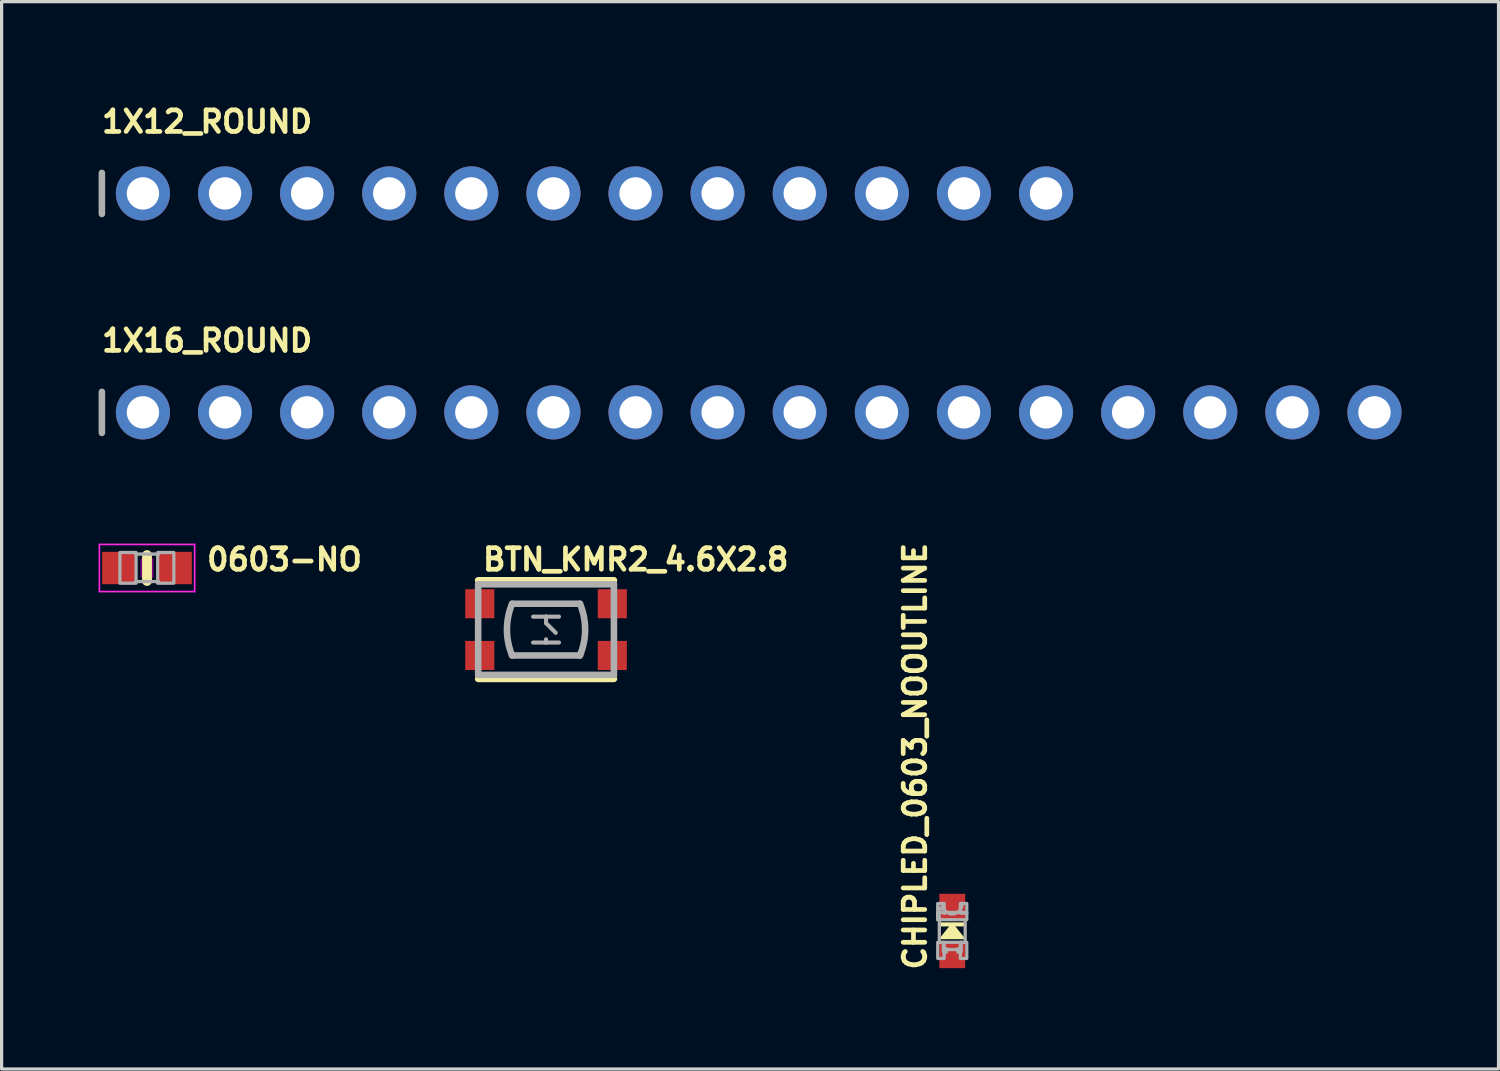
<source format=kicad_pcb>
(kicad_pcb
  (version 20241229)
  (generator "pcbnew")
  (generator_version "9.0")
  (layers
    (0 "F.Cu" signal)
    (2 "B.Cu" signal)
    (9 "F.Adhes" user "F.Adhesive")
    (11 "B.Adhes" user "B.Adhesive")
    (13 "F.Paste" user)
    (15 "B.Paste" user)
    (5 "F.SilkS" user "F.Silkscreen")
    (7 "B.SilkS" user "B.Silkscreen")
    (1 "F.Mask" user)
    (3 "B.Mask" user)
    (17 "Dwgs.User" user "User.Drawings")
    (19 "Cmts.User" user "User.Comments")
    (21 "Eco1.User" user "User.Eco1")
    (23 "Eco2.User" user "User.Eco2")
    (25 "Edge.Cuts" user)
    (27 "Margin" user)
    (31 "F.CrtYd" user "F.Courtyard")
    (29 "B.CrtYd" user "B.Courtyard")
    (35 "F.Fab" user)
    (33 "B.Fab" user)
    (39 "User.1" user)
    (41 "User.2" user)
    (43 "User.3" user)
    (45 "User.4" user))
  (footprint "1X16_ROUND"
    (layer "F.Cu")
    (at 20.422 9.707)
    (property "Reference" "1X16_ROUND" (at -20.396 -1.829 0) (layer "F.SilkS") (effects (font (size 0.666 0.666) (thickness 0.146)) (justify left bottom)))
    (fp_line (start -20.32 -0.635) (end -20.32 0.635) (stroke (width 0.203) (type solid)) (layer "F.Fab"))
    (fp_poly (pts (xy -19.304 0.254) (xy -18.796 0.254) (xy -18.796 -0.254) (xy -19.304 -0.254)) (stroke (width 0.1) (type solid)) (fill no) (layer "F.Fab"))
    (fp_poly (pts (xy -16.764 0.254) (xy -16.256 0.254) (xy -16.256 -0.254) (xy -16.764 -0.254)) (stroke (width 0.1) (type solid)) (fill no) (layer "F.Fab"))
    (fp_poly (pts (xy -14.224 0.254) (xy -13.716 0.254) (xy -13.716 -0.254) (xy -14.224 -0.254)) (stroke (width 0.1) (type solid)) (fill no) (layer "F.Fab"))
    (fp_poly (pts (xy -11.684 0.254) (xy -11.176 0.254) (xy -11.176 -0.254) (xy -11.684 -0.254)) (stroke (width 0.1) (type solid)) (fill no) (layer "F.Fab"))
    (fp_poly (pts (xy -9.144 0.254) (xy -8.636 0.254) (xy -8.636 -0.254) (xy -9.144 -0.254)) (stroke (width 0.1) (type solid)) (fill no) (layer "F.Fab"))
    (fp_poly (pts (xy -6.604 0.254) (xy -6.096 0.254) (xy -6.096 -0.254) (xy -6.604 -0.254)) (stroke (width 0.1) (type solid)) (fill no) (layer "F.Fab"))
    (fp_poly (pts (xy -4.064 0.254) (xy -3.556 0.254) (xy -3.556 -0.254) (xy -4.064 -0.254)) (stroke (width 0.1) (type solid)) (fill no) (layer "F.Fab"))
    (fp_poly (pts (xy -1.524 0.254) (xy -1.016 0.254) (xy -1.016 -0.254) (xy -1.524 -0.254)) (stroke (width 0.1) (type solid)) (fill no) (layer "F.Fab"))
    (fp_poly (pts (xy 1.016 0.254) (xy 1.524 0.254) (xy 1.524 -0.254) (xy 1.016 -0.254)) (stroke (width 0.1) (type solid)) (fill no) (layer "F.Fab"))
    (fp_poly (pts (xy 3.556 0.254) (xy 4.064 0.254) (xy 4.064 -0.254) (xy 3.556 -0.254)) (stroke (width 0.1) (type solid)) (fill no) (layer "F.Fab"))
    (fp_poly (pts (xy 6.096 0.254) (xy 6.604 0.254) (xy 6.604 -0.254) (xy 6.096 -0.254)) (stroke (width 0.1) (type solid)) (fill no) (layer "F.Fab"))
    (fp_poly (pts (xy 8.636 0.254) (xy 9.144 0.254) (xy 9.144 -0.254) (xy 8.636 -0.254)) (stroke (width 0.1) (type solid)) (fill no) (layer "F.Fab"))
    (fp_poly (pts (xy 11.176 0.254) (xy 11.684 0.254) (xy 11.684 -0.254) (xy 11.176 -0.254)) (stroke (width 0.1) (type solid)) (fill no) (layer "F.Fab"))
    (fp_poly (pts (xy 13.716 0.254) (xy 14.224 0.254) (xy 14.224 -0.254) (xy 13.716 -0.254)) (stroke (width 0.1) (type solid)) (fill no) (layer "F.Fab"))
    (fp_poly (pts (xy 16.256 0.254) (xy 16.764 0.254) (xy 16.764 -0.254) (xy 16.256 -0.254)) (stroke (width 0.1) (type solid)) (fill no) (layer "F.Fab"))
    (fp_poly (pts (xy 18.796 0.254) (xy 19.304 0.254) (xy 19.304 -0.254) (xy 18.796 -0.254)) (stroke (width 0.1) (type solid)) (fill no) (layer "F.Fab"))
    (pad "1" thru_hole circle (at -19.05 0 90) (size 1.676 1.676) (drill 1) (layers "*.Cu" "*.Mask"))
    (pad "2" thru_hole circle (at -16.51 0 90) (size 1.676 1.676) (drill 1) (layers "*.Cu" "*.Mask"))
    (pad "3" thru_hole circle (at -13.97 0 90) (size 1.676 1.676) (drill 1) (layers "*.Cu" "*.Mask"))
    (pad "4" thru_hole circle (at -11.43 0 90) (size 1.676 1.676) (drill 1) (layers "*.Cu" "*.Mask"))
    (pad "5" thru_hole circle (at -8.89 0 90) (size 1.676 1.676) (drill 1) (layers "*.Cu" "*.Mask"))
    (pad "6" thru_hole circle (at -6.35 0 90) (size 1.676 1.676) (drill 1) (layers "*.Cu" "*.Mask"))
    (pad "7" thru_hole circle (at -3.81 0 90) (size 1.676 1.676) (drill 1) (layers "*.Cu" "*.Mask"))
    (pad "8" thru_hole circle (at -1.27 0 90) (size 1.676 1.676) (drill 1) (layers "*.Cu" "*.Mask"))
    (pad "9" thru_hole circle (at 1.27 0 90) (size 1.676 1.676) (drill 1) (layers "*.Cu" "*.Mask"))
    (pad "10" thru_hole circle (at 3.81 0 90) (size 1.676 1.676) (drill 1) (layers "*.Cu" "*.Mask"))
    (pad "11" thru_hole circle (at 6.35 0 90) (size 1.676 1.676) (drill 1) (layers "*.Cu" "*.Mask"))
    (pad "12" thru_hole circle (at 8.89 0 90) (size 1.676 1.676) (drill 1) (layers "*.Cu" "*.Mask"))
    (pad "13" thru_hole circle (at 11.43 0 90) (size 1.676 1.676) (drill 1) (layers "*.Cu" "*.Mask"))
    (pad "14" thru_hole circle (at 13.97 0 90) (size 1.676 1.676) (drill 1) (layers "*.Cu" "*.Mask"))
    (pad "15" thru_hole circle (at 16.51 0 90) (size 1.676 1.676) (drill 1) (layers "*.Cu" "*.Mask"))
    (pad "16" thru_hole circle (at 19.05 0 90) (size 1.676 1.676) (drill 1) (layers "*.Cu" "*.Mask")))
  (footprint "0603-NO"
    (layer "F.Cu")
    (at 1.498 14.523)
    (property "Reference" "0603-NO" (at 1.778 0.127 0) (layer "F.SilkS") (effects (font (size 0.666 0.666) (thickness 0.146)) (justify left bottom)))
    (fp_line (start 0 -0.4) (end 0 0.4) (stroke (width 0.305) (type solid)) (layer "F.SilkS"))
    (fp_poly (pts (xy -0.2 0.3) (xy 0.2 0.3) (xy 0.2 -0.3) (xy -0.2 -0.3)) (stroke (width 0) (type solid)) (fill yes) (layer "F.Adhes"))
    (fp_line (start -1.473 -0.729) (end 1.473 -0.729) (stroke (width 0.051) (type solid)) (layer "F.CrtYd"))
    (fp_line (start -1.473 0.729) (end -1.473 -0.729) (stroke (width 0.051) (type solid)) (layer "F.CrtYd"))
    (fp_line (start 1.473 -0.729) (end 1.473 0.729) (stroke (width 0.051) (type solid)) (layer "F.CrtYd"))
    (fp_line (start 1.473 0.729) (end -1.473 0.729) (stroke (width 0.051) (type solid)) (layer "F.CrtYd"))
    (fp_line (start -0.356 -0.432) (end 0.356 -0.432) (stroke (width 0.102) (type solid)) (layer "F.Fab"))
    (fp_line (start -0.356 0.419) (end 0.356 0.419) (stroke (width 0.102) (type solid)) (layer "F.Fab"))
    (fp_poly (pts (xy -0.838 0.47) (xy -0.338 0.47) (xy -0.338 -0.48) (xy -0.838 -0.48)) (stroke (width 0.1) (type solid)) (fill no) (layer "F.Fab"))
    (fp_poly (pts (xy 0.33 0.47) (xy 0.83 0.47) (xy 0.83 -0.48) (xy 0.33 -0.48)) (stroke (width 0.1) (type solid)) (fill no) (layer "F.Fab"))
    (pad "1" smd rect (at -0.85 0) (size 1.075 1) (layers "F.Cu" "F.Mask" "F.Paste"))
    (pad "2" smd rect (at 0.85 0) (size 1.075 1) (layers "F.Cu" "F.Mask" "F.Paste")))
  (footprint "BTN_KMR2_4.6X2.8"
    (layer "F.Cu")
    (at 13.843 16.428)
    (property "Reference" "BTN_KMR2_4.6X2.8" (at -2.032 -1.778 0) (layer "F.SilkS") (effects (font (size 0.666 0.666) (thickness 0.146)) (justify left bottom)))
    (fp_line (start -2.1 -1.525) (end 2.1 -1.525) (stroke (width 0.203) (type solid)) (layer "F.SilkS"))
    (fp_line (start 2.1 1.525) (end -2.1 1.525) (stroke (width 0.203) (type solid)) (layer "F.SilkS"))
    (fp_line (start -2.1 -1.4) (end 2.1 -1.4) (stroke (width 0.203) (type solid)) (layer "F.Fab"))
    (fp_line (start -2.1 1.4) (end -2.1 -1.4) (stroke (width 0.203) (type solid)) (layer "F.Fab"))
    (fp_line (start -1.05 -0.8) (end 1.05 -0.8) (stroke (width 0.203) (type solid)) (layer "F.Fab"))
    (fp_line (start -0.4 -0.4) (end 0 -0.4) (stroke (width 0.127) (type solid)) (layer "F.Fab"))
    (fp_line (start -0.4 0.4) (end 0 0.4) (stroke (width 0.127) (type solid)) (layer "F.Fab"))
    (fp_line (start 0 -0.4) (end 0 -0.2) (stroke (width 0.127) (type solid)) (layer "F.Fab"))
    (fp_line (start 0 -0.4) (end 0.4 -0.4) (stroke (width 0.127) (type solid)) (layer "F.Fab"))
    (fp_line (start 0 -0.2) (end 0.3 0.1) (stroke (width 0.127) (type solid)) (layer "F.Fab"))
    (fp_line (start 0 0.4) (end 0 0.3) (stroke (width 0.127) (type solid)) (layer "F.Fab"))
    (fp_line (start 0 0.4) (end 0.4 0.4) (stroke (width 0.127) (type solid)) (layer "F.Fab"))
    (fp_line (start 1.05 0.8) (end -1.05 0.8) (stroke (width 0.203) (type solid)) (layer "F.Fab"))
    (fp_line (start 2.1 -1.4) (end 2.1 1.4) (stroke (width 0.203) (type solid)) (layer "F.Fab"))
    (fp_line (start 2.1 1.4) (end -2.1 1.4) (stroke (width 0.203) (type solid)) (layer "F.Fab"))
    (fp_arc (start -1.05 0.8) (mid -1.209128 0) (end -1.05 -0.799999) (stroke (width 0.2032) (type solid)) (layer "F.Fab"))
    (fp_arc (start 1.05 -0.8) (mid 1.209128 0) (end 1.05 0.799999) (stroke (width 0.2032) (type solid)) (layer "F.Fab"))
    (pad "A" smd rect (at 2.05 -0.8) (size 0.9 0.9) (layers "F.Cu" "F.Mask" "F.Paste"))
    (pad "A'" smd rect (at -2.05 -0.8) (size 0.9 0.9) (layers "F.Cu" "F.Mask" "F.Paste"))
    (pad "B" smd rect (at 2.05 0.8) (size 0.9 0.9) (layers "F.Cu" "F.Mask" "F.Paste"))
    (pad "B'" smd rect (at -2.05 0.8) (size 0.9 0.9) (layers "F.Cu" "F.Mask" "F.Paste")))
  (footprint "1X12_ROUND"
    (layer "F.Cu")
    (at 15.342 2.934)
    (property "Reference" "1X12_ROUND" (at -15.316 -1.829 0) (layer "F.SilkS") (effects (font (size 0.666 0.666) (thickness 0.146)) (justify left bottom)))
    (fp_line (start -15.24 -0.635) (end -15.24 0.635) (stroke (width 0.203) (type solid)) (layer "F.Fab"))
    (fp_poly (pts (xy -14.224 0.254) (xy -13.716 0.254) (xy -13.716 -0.254) (xy -14.224 -0.254)) (stroke (width 0.1) (type solid)) (fill no) (layer "F.Fab"))
    (fp_poly (pts (xy -11.684 0.254) (xy -11.176 0.254) (xy -11.176 -0.254) (xy -11.684 -0.254)) (stroke (width 0.1) (type solid)) (fill no) (layer "F.Fab"))
    (fp_poly (pts (xy -9.144 0.254) (xy -8.636 0.254) (xy -8.636 -0.254) (xy -9.144 -0.254)) (stroke (width 0.1) (type solid)) (fill no) (layer "F.Fab"))
    (fp_poly (pts (xy -6.604 0.254) (xy -6.096 0.254) (xy -6.096 -0.254) (xy -6.604 -0.254)) (stroke (width 0.1) (type solid)) (fill no) (layer "F.Fab"))
    (fp_poly (pts (xy -4.064 0.254) (xy -3.556 0.254) (xy -3.556 -0.254) (xy -4.064 -0.254)) (stroke (width 0.1) (type solid)) (fill no) (layer "F.Fab"))
    (fp_poly (pts (xy -1.524 0.254) (xy -1.016 0.254) (xy -1.016 -0.254) (xy -1.524 -0.254)) (stroke (width 0.1) (type solid)) (fill no) (layer "F.Fab"))
    (fp_poly (pts (xy 1.016 0.254) (xy 1.524 0.254) (xy 1.524 -0.254) (xy 1.016 -0.254)) (stroke (width 0.1) (type solid)) (fill no) (layer "F.Fab"))
    (fp_poly (pts (xy 3.556 0.254) (xy 4.064 0.254) (xy 4.064 -0.254) (xy 3.556 -0.254)) (stroke (width 0.1) (type solid)) (fill no) (layer "F.Fab"))
    (fp_poly (pts (xy 6.096 0.254) (xy 6.604 0.254) (xy 6.604 -0.254) (xy 6.096 -0.254)) (stroke (width 0.1) (type solid)) (fill no) (layer "F.Fab"))
    (fp_poly (pts (xy 8.636 0.254) (xy 9.144 0.254) (xy 9.144 -0.254) (xy 8.636 -0.254)) (stroke (width 0.1) (type solid)) (fill no) (layer "F.Fab"))
    (fp_poly (pts (xy 11.176 0.254) (xy 11.684 0.254) (xy 11.684 -0.254) (xy 11.176 -0.254)) (stroke (width 0.1) (type solid)) (fill no) (layer "F.Fab"))
    (fp_poly (pts (xy 13.716 0.254) (xy 14.224 0.254) (xy 14.224 -0.254) (xy 13.716 -0.254)) (stroke (width 0.1) (type solid)) (fill no) (layer "F.Fab"))
    (pad "1" thru_hole circle (at -13.97 0 90) (size 1.676 1.676) (drill 1) (layers "*.Cu" "*.Mask"))
    (pad "2" thru_hole circle (at -11.43 0 90) (size 1.676 1.676) (drill 1) (layers "*.Cu" "*.Mask"))
    (pad "3" thru_hole circle (at -8.89 0 90) (size 1.676 1.676) (drill 1) (layers "*.Cu" "*.Mask"))
    (pad "4" thru_hole circle (at -6.35 0 90) (size 1.676 1.676) (drill 1) (layers "*.Cu" "*.Mask"))
    (pad "5" thru_hole circle (at -3.81 0 90) (size 1.676 1.676) (drill 1) (layers "*.Cu" "*.Mask"))
    (pad "6" thru_hole circle (at -1.27 0 90) (size 1.676 1.676) (drill 1) (layers "*.Cu" "*.Mask"))
    (pad "7" thru_hole circle (at 1.27 0 90) (size 1.676 1.676) (drill 1) (layers "*.Cu" "*.Mask"))
    (pad "8" thru_hole circle (at 3.81 0 90) (size 1.676 1.676) (drill 1) (layers "*.Cu" "*.Mask"))
    (pad "9" thru_hole circle (at 6.35 0 90) (size 1.676 1.676) (drill 1) (layers "*.Cu" "*.Mask"))
    (pad "10" thru_hole circle (at 8.89 0 90) (size 1.676 1.676) (drill 1) (layers "*.Cu" "*.Mask"))
    (pad "11" thru_hole circle (at 11.43 0 90) (size 1.676 1.676) (drill 1) (layers "*.Cu" "*.Mask"))
    (pad "12" thru_hole circle (at 13.97 0 90) (size 1.676 1.676) (drill 1) (layers "*.Cu" "*.Mask")))
  (footprint "CHIPLED_0603_NOOUTLINE"
    (layer "F.Cu")
    (at 26.41 25.752)
    (property "Reference" "CHIPLED_0603_NOOUTLINE" (at -0.762 1.27 90) (layer "F.SilkS") (effects (font (size 0.666 0.666) (thickness 0.146)) (justify left bottom)))
    (fp_poly (pts (xy 0.413 0.254) (xy -0.413 0.254) (xy 0 -0.262)) (stroke (width 0) (type solid)) (fill yes) (layer "F.SilkS"))
    (fp_poly (pts (xy -0.381 -0.14) (xy 0.381 -0.14) (xy 0.381 -0.267) (xy -0.381 -0.267)) (stroke (width 0) (type solid)) (fill yes) (layer "F.SilkS"))
    (fp_line (start -0.4 -0.375) (end -0.4 0.35) (stroke (width 0.102) (type solid)) (layer "F.Fab"))
    (fp_line (start 0.4 -0.35) (end 0.4 0.35) (stroke (width 0.102) (type solid)) (layer "F.Fab"))
    (fp_arc (start -0.275 0.825) (mid 0 0.55) (end 0.275 0.825) (stroke (width 0.0508) (type solid)) (layer "F.Fab"))
    (fp_arc (start 0.3 -0.799998) (mid -0.000001 -0.524966) (end -0.3 -0.8) (stroke (width 0.1016) (type solid)) (layer "F.Fab"))
    (fp_circle (center -0.35 -0.625) (end -0.275 -0.625) (stroke (width 0.051) (type solid)) (fill no) (layer "F.Fab"))
    (fp_poly (pts (xy -0.45 -0.7) (xy -0.25 -0.7) (xy -0.25 -0.85) (xy -0.45 -0.85)) (stroke (width 0.1) (type solid)) (fill no) (layer "F.Fab"))
    (fp_poly (pts (xy -0.45 -0.35) (xy -0.4 -0.35) (xy -0.4 -0.725) (xy -0.45 -0.725)) (stroke (width 0.1) (type solid)) (fill no) (layer "F.Fab"))
    (fp_poly (pts (xy -0.45 -0.35) (xy 0.45 -0.35) (xy 0.45 -0.575) (xy -0.45 -0.575)) (stroke (width 0.1) (type solid)) (fill no) (layer "F.Fab"))
    (fp_poly (pts (xy -0.45 0.85) (xy -0.25 0.85) (xy -0.25 0.35) (xy -0.45 0.35)) (stroke (width 0.1) (type solid)) (fill no) (layer "F.Fab"))
    (fp_poly (pts (xy -0.275 -0.55) (xy -0.225 -0.55) (xy -0.225 -0.6) (xy -0.275 -0.6)) (stroke (width 0.1) (type solid)) (fill no) (layer "F.Fab"))
    (fp_poly (pts (xy -0.275 0.575) (xy 0.275 0.575) (xy 0.275 0.35) (xy -0.275 0.35)) (stroke (width 0.1) (type solid)) (fill no) (layer "F.Fab"))
    (fp_poly (pts (xy -0.275 0.65) (xy -0.175 0.65) (xy -0.175 0.55) (xy -0.275 0.55)) (stroke (width 0.1) (type solid)) (fill no) (layer "F.Fab"))
    (fp_poly (pts (xy 0.175 0.65) (xy 0.275 0.65) (xy 0.275 0.55) (xy 0.175 0.55)) (stroke (width 0.1) (type solid)) (fill no) (layer "F.Fab"))
    (fp_poly (pts (xy 0.25 -0.55) (xy 0.45 -0.55) (xy 0.45 -0.85) (xy 0.25 -0.85)) (stroke (width 0.1) (type solid)) (fill no) (layer "F.Fab"))
    (fp_poly (pts (xy 0.25 0.85) (xy 0.45 0.85) (xy 0.45 0.35) (xy 0.25 0.35)) (stroke (width 0.1) (type solid)) (fill no) (layer "F.Fab"))
    (pad "A" smd rect (at 0 0.75) (size 0.8 0.8) (layers "F.Cu" "F.Mask" "F.Paste"))
    (pad "C" smd rect (at 0 -0.75) (size 0.8 0.8) (layers "F.Cu" "F.Mask" "F.Paste")))
  (gr_rect
    (start -3 -3)
    (end 43.31 30.022)
    (stroke (width 0.1) (type default))
    (fill no)
    (layer "Edge.Cuts")))
</source>
